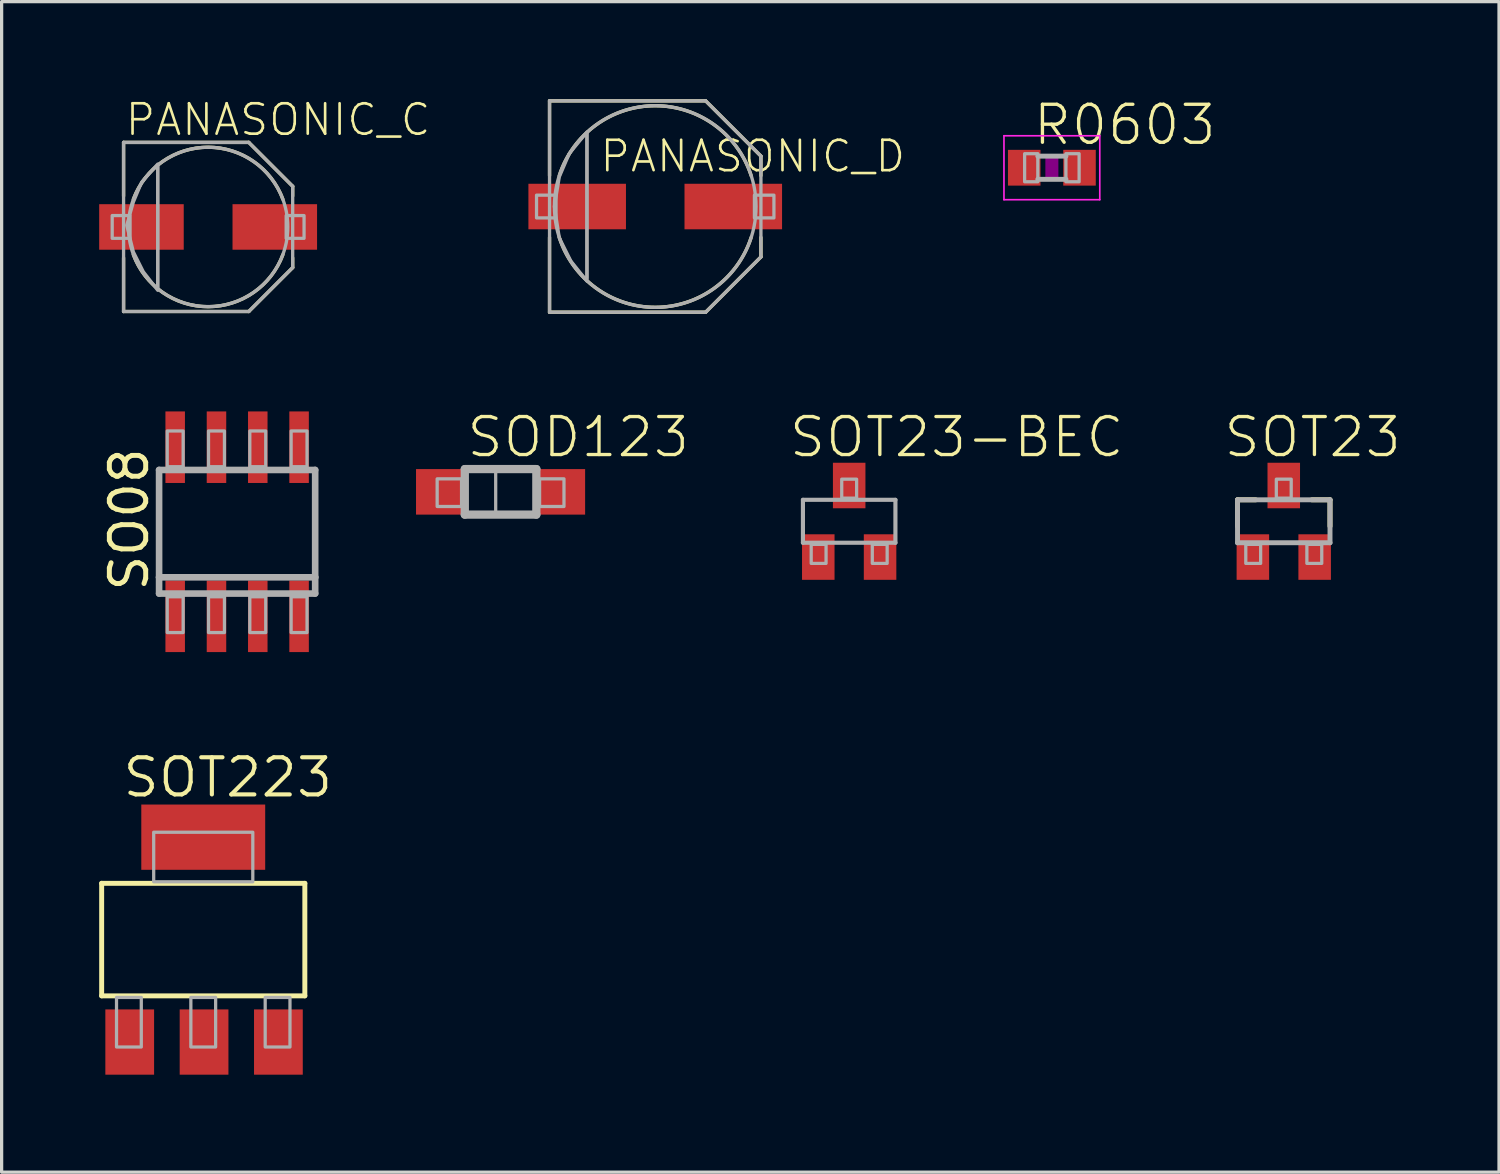
<source format=kicad_pcb>
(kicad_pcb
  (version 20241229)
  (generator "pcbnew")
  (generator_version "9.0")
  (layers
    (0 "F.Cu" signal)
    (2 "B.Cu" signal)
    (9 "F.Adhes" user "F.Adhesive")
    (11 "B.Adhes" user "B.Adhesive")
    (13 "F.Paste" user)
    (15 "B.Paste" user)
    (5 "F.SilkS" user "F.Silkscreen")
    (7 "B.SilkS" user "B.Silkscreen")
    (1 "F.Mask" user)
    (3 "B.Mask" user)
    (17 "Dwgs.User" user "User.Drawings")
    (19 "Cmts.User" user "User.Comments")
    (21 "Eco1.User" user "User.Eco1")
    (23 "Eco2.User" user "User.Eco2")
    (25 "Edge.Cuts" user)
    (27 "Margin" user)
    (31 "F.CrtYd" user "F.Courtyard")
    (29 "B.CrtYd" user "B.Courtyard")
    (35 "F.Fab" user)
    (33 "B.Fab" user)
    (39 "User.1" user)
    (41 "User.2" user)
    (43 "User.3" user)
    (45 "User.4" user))
  (footprint "SOT223"
    (layer "F.Cu")
    (at 3.2 25.844)
    (property "Reference" "SOT223" (at -2.54 -4.318 0) (layer "F.SilkS") (effects (font (size 1.143 1.143) (thickness 0.127)) (justify left bottom)))
    (fp_line (start -3.124 -1.731) (end -3.124 1.729) (stroke (width 0.152) (type solid)) (layer "F.SilkS"))
    (fp_line (start -3.124 -1.731) (end 3.124 -1.731) (stroke (width 0.152) (type solid)) (layer "F.SilkS"))
    (fp_line (start 3.124 1.729) (end -3.124 1.729) (stroke (width 0.152) (type solid)) (layer "F.SilkS"))
    (fp_line (start 3.124 1.729) (end 3.124 -1.731) (stroke (width 0.152) (type solid)) (layer "F.SilkS"))
    (fp_poly (pts (xy -2.667 3.302) (xy -1.905 3.302) (xy -1.905 1.778) (xy -2.667 1.778)) (stroke (width 0.1) (type solid)) (fill no) (layer "F.Fab"))
    (fp_poly (pts (xy -1.524 -1.778) (xy 1.524 -1.778) (xy 1.524 -3.302) (xy -1.524 -3.302)) (stroke (width 0.1) (type solid)) (fill no) (layer "F.Fab"))
    (fp_poly (pts (xy -0.381 3.302) (xy 0.381 3.302) (xy 0.381 1.778) (xy -0.381 1.778)) (stroke (width 0.1) (type solid)) (fill no) (layer "F.Fab"))
    (fp_poly (pts (xy 1.905 3.302) (xy 2.667 3.302) (xy 2.667 1.778) (xy 1.905 1.778)) (stroke (width 0.1) (type solid)) (fill no) (layer "F.Fab"))
    (pad "1" smd rect (at -2.261 3.15) (size 1.499 2.007) (layers "F.Cu" "F.Mask" "F.Paste"))
    (pad "2" smd rect (at 0.025 3.15) (size 1.499 2.007) (layers "F.Cu" "F.Mask" "F.Paste"))
    (pad "3" smd rect (at 2.311 3.15) (size 1.499 2.007) (layers "F.Cu" "F.Mask" "F.Paste"))
    (pad "4" smd rect (at 0 -3.15) (size 3.81 2.007) (layers "F.Cu" "F.Mask" "F.Paste")))
  (footprint "SOD123"
    (layer "F.Cu")
    (at 12.343 12.075)
    (property "Reference" "SOD123" (at -1.1 -1 0) (layer "F.SilkS") (effects (font (size 1.168 1.168) (thickness 0.102)) (justify left bottom)))
    (fp_line (start -1.1 -0.7) (end 1.1 -0.7) (stroke (width 0.254) (type solid)) (layer "F.Fab"))
    (fp_line (start -1.1 0.7) (end -1.1 -0.7) (stroke (width 0.254) (type solid)) (layer "F.Fab"))
    (fp_line (start 1.1 -0.7) (end 1.1 0.7) (stroke (width 0.254) (type solid)) (layer "F.Fab"))
    (fp_line (start 1.1 0.7) (end -1.1 0.7) (stroke (width 0.254) (type solid)) (layer "F.Fab"))
    (fp_poly (pts (xy -1.95 0.45) (xy -1.2 0.45) (xy -1.2 -0.4) (xy -1.95 -0.4)) (stroke (width 0.1) (type solid)) (fill no) (layer "F.Fab"))
    (fp_poly (pts (xy -1.05 0.65) (xy -0.15 0.65) (xy -0.15 -0.7) (xy -1.05 -0.7)) (stroke (width 0.1) (type solid)) (fill no) (layer "F.Fab"))
    (fp_poly (pts (xy 1.2 0.45) (xy 1.95 0.45) (xy 1.95 -0.4) (xy 1.2 -0.4)) (stroke (width 0.1) (type solid)) (fill no) (layer "F.Fab"))
    (pad "A" smd rect (at 1.9 0) (size 1.4 1.4) (layers "F.Cu" "F.Mask" "F.Paste"))
    (pad "C" smd rect (at -1.9 0) (size 1.4 1.4) (layers "F.Cu" "F.Mask" "F.Paste")))
  (footprint "R0603"
    (layer "F.Cu")
    (at 29.296 2.108)
    (property "Reference" "R0603" (at -0.635 -0.635 0) (layer "F.SilkS") (effects (font (size 1.168 1.168) (thickness 0.102)) (justify left bottom)))
    (fp_poly (pts (xy -0.2 0.4) (xy 0.2 0.4) (xy 0.2 -0.4) (xy -0.2 -0.4)) (stroke (width 0) (type solid)) (fill yes) (layer "F.Adhes"))
    (fp_line (start -1.473 -0.983) (end 1.473 -0.983) (stroke (width 0.051) (type solid)) (layer "F.CrtYd"))
    (fp_line (start -1.473 0.983) (end -1.473 -0.983) (stroke (width 0.051) (type solid)) (layer "F.CrtYd"))
    (fp_line (start 1.473 -0.983) (end 1.473 0.983) (stroke (width 0.051) (type solid)) (layer "F.CrtYd"))
    (fp_line (start 1.473 0.983) (end -1.473 0.983) (stroke (width 0.051) (type solid)) (layer "F.CrtYd"))
    (fp_line (start -0.432 0.356) (end 0.432 0.356) (stroke (width 0.152) (type solid)) (layer "F.Fab"))
    (fp_line (start 0.432 -0.356) (end -0.432 -0.356) (stroke (width 0.152) (type solid)) (layer "F.Fab"))
    (fp_poly (pts (xy -0.838 0.432) (xy -0.432 0.432) (xy -0.432 -0.432) (xy -0.838 -0.432)) (stroke (width 0.1) (type solid)) (fill no) (layer "F.Fab"))
    (fp_poly (pts (xy 0.432 0.432) (xy 0.838 0.432) (xy 0.838 -0.432) (xy 0.432 -0.432)) (stroke (width 0.1) (type solid)) (fill no) (layer "F.Fab"))
    (pad "1" smd rect (at -0.85 0) (size 1 1.1) (layers "F.Cu" "F.Mask" "F.Paste"))
    (pad "2" smd rect (at 0.85 0) (size 1 1.1) (layers "F.Cu" "F.Mask" "F.Paste")))
  (footprint "PANASONIC_D"
    (layer "F.Cu")
    (at 17.099 3.301)
    (property "Reference" "PANASONIC_D" (at -1.75 -1 0) (layer "F.SilkS") (effects (font (size 0.935 0.935) (thickness 0.081)) (justify left bottom)))
    (fp_line (start -3.25 -3.25) (end 1.55 -3.25) (stroke (width 0.102) (type solid)) (layer "F.SilkS"))
    (fp_line (start -3.25 -0.95) (end -3.25 -3.25) (stroke (width 0.102) (type solid)) (layer "F.SilkS"))
    (fp_line (start -3.25 3.25) (end -3.25 0.95) (stroke (width 0.102) (type solid)) (layer "F.SilkS"))
    (fp_line (start 1.55 -3.25) (end 3.25 -1.55) (stroke (width 0.102) (type solid)) (layer "F.SilkS"))
    (fp_line (start 1.55 3.25) (end -3.25 3.25) (stroke (width 0.102) (type solid)) (layer "F.SilkS"))
    (fp_line (start 3.25 -1.55) (end 3.25 -0.95) (stroke (width 0.102) (type solid)) (layer "F.SilkS"))
    (fp_line (start 3.25 0.95) (end 3.25 1.55) (stroke (width 0.102) (type solid)) (layer "F.SilkS"))
    (fp_line (start 3.25 1.55) (end 1.55 3.25) (stroke (width 0.102) (type solid)) (layer "F.SilkS"))
    (fp_arc (start -2.95 -0.95) (mid 0 -3.099193) (end 2.95 -0.95) (stroke (width 0.1016) (type solid)) (layer "F.SilkS"))
    (fp_arc (start 2.95 0.95) (mid 0 3.099193) (end -2.95 0.95) (stroke (width 0.1016) (type solid)) (layer "F.SilkS"))
    (fp_line (start -3.25 -3.25) (end 1.55 -3.25) (stroke (width 0.102) (type solid)) (layer "F.Fab"))
    (fp_line (start -3.25 3.25) (end -3.25 -3.25) (stroke (width 0.102) (type solid)) (layer "F.Fab"))
    (fp_line (start -2.1 -2.25) (end -2.1 2.2) (stroke (width 0.102) (type solid)) (layer "F.Fab"))
    (fp_line (start 1.55 -3.25) (end 3.25 -1.55) (stroke (width 0.102) (type solid)) (layer "F.Fab"))
    (fp_line (start 1.55 3.25) (end -3.25 3.25) (stroke (width 0.102) (type solid)) (layer "F.Fab"))
    (fp_line (start 3.25 -1.55) (end 3.25 1.55) (stroke (width 0.102) (type solid)) (layer "F.Fab"))
    (fp_line (start 3.25 1.55) (end 1.55 3.25) (stroke (width 0.102) (type solid)) (layer "F.Fab"))
    (fp_circle (center 0 0) (end 3.1 0) (stroke (width 0.102) (type solid)) (fill no) (layer "F.Fab"))
    (fp_poly (pts (xy -3.65 0.35) (xy -3.05 0.35) (xy -3.05 -0.35) (xy -3.65 -0.35)) (stroke (width 0.1) (type solid)) (fill no) (layer "F.Fab"))
    (fp_poly (pts (xy 3.05 0.35) (xy 3.65 0.35) (xy 3.65 -0.35) (xy 3.05 -0.35)) (stroke (width 0.1) (type solid)) (fill no) (layer "F.Fab"))
    (fp_poly (pts (xy -2.099 2.295) (xy -2.593 1.678) (xy -2.949 0.966) (xy -3.101 -0.00022) (xy -2.949 -0.914) (xy -2.644 -1.627) (xy -2.099 -2.292)) (stroke (width 0.1) (type solid)) (fill no) (layer "F.Fab"))
    (pad "+" smd rect (at 2.4 0) (size 3 1.4) (layers "F.Cu" "F.Mask" "F.Paste"))
    (pad "-" smd rect (at -2.4 0) (size 3 1.4) (layers "F.Cu" "F.Mask" "F.Paste")))
  (footprint "SO08"
    (layer "F.Cu")
    (at 4.242 13.302)
    (property "Reference" "SO08" (at -2.667 1.905 90) (layer "F.SilkS") (effects (font (size 1.118 1.118) (thickness 0.152)) (justify left bottom)))
    (fp_line (start -2.4 -1.9) (end 2.4 -1.9) (stroke (width 0.203) (type solid)) (layer "F.Fab"))
    (fp_line (start -2.4 1.4) (end -2.4 -1.9) (stroke (width 0.203) (type solid)) (layer "F.Fab"))
    (fp_line (start -2.4 1.9) (end -2.4 1.4) (stroke (width 0.203) (type solid)) (layer "F.Fab"))
    (fp_line (start 2.4 -1.9) (end 2.4 1.4) (stroke (width 0.203) (type solid)) (layer "F.Fab"))
    (fp_line (start 2.4 1.4) (end -2.4 1.4) (stroke (width 0.203) (type solid)) (layer "F.Fab"))
    (fp_line (start 2.4 1.4) (end 2.4 1.9) (stroke (width 0.203) (type solid)) (layer "F.Fab"))
    (fp_line (start 2.4 1.9) (end -2.4 1.9) (stroke (width 0.203) (type solid)) (layer "F.Fab"))
    (fp_poly (pts (xy -2.15 -2) (xy -1.66 -2) (xy -1.66 -3.1) (xy -2.15 -3.1)) (stroke (width 0.1) (type solid)) (fill no) (layer "F.Fab"))
    (fp_poly (pts (xy -2.15 3.1) (xy -1.66 3.1) (xy -1.66 2) (xy -2.15 2)) (stroke (width 0.1) (type solid)) (fill no) (layer "F.Fab"))
    (fp_poly (pts (xy -0.88 -2) (xy -0.39 -2) (xy -0.39 -3.1) (xy -0.88 -3.1)) (stroke (width 0.1) (type solid)) (fill no) (layer "F.Fab"))
    (fp_poly (pts (xy -0.88 3.1) (xy -0.39 3.1) (xy -0.39 2) (xy -0.88 2)) (stroke (width 0.1) (type solid)) (fill no) (layer "F.Fab"))
    (fp_poly (pts (xy 0.39 -2) (xy 0.88 -2) (xy 0.88 -3.1) (xy 0.39 -3.1)) (stroke (width 0.1) (type solid)) (fill no) (layer "F.Fab"))
    (fp_poly (pts (xy 0.39 3.1) (xy 0.88 3.1) (xy 0.88 2) (xy 0.39 2)) (stroke (width 0.1) (type solid)) (fill no) (layer "F.Fab"))
    (fp_poly (pts (xy 1.66 -2) (xy 2.15 -2) (xy 2.15 -3.1) (xy 1.66 -3.1)) (stroke (width 0.1) (type solid)) (fill no) (layer "F.Fab"))
    (fp_poly (pts (xy 1.66 3.1) (xy 2.15 3.1) (xy 2.15 2) (xy 1.66 2)) (stroke (width 0.1) (type solid)) (fill no) (layer "F.Fab"))
    (pad "1" smd rect (at -1.905 2.6) (size 0.6 2.2) (layers "F.Cu" "F.Mask" "F.Paste"))
    (pad "2" smd rect (at -0.635 2.6) (size 0.6 2.2) (layers "F.Cu" "F.Mask" "F.Paste"))
    (pad "3" smd rect (at 0.635 2.6) (size 0.6 2.2) (layers "F.Cu" "F.Mask" "F.Paste"))
    (pad "4" smd rect (at 1.905 2.6) (size 0.6 2.2) (layers "F.Cu" "F.Mask" "F.Paste"))
    (pad "5" smd rect (at 1.905 -2.6) (size 0.6 2.2) (layers "F.Cu" "F.Mask" "F.Paste"))
    (pad "6" smd rect (at 0.635 -2.6) (size 0.6 2.2) (layers "F.Cu" "F.Mask" "F.Paste"))
    (pad "7" smd rect (at -0.635 -2.6) (size 0.6 2.2) (layers "F.Cu" "F.Mask" "F.Paste"))
    (pad "8" smd rect (at -1.905 -2.6) (size 0.6 2.2) (layers "F.Cu" "F.Mask" "F.Paste")))
  (footprint "SOT23-BEC"
    (layer "F.Cu")
    (at 23.063 12.98)
    (property "Reference" "SOT23-BEC" (at -1.905 -1.905 0) (layer "F.SilkS") (effects (font (size 1.168 1.168) (thickness 0.102)) (justify left bottom)))
    (fp_line (start -1.422 -0.66) (end 1.422 -0.66) (stroke (width 0.127) (type solid)) (layer "F.Fab"))
    (fp_line (start -1.422 0.66) (end -1.422 -0.66) (stroke (width 0.127) (type solid)) (layer "F.Fab"))
    (fp_line (start 1.422 -0.66) (end 1.422 0.66) (stroke (width 0.127) (type solid)) (layer "F.Fab"))
    (fp_line (start 1.422 0.66) (end -1.422 0.66) (stroke (width 0.127) (type solid)) (layer "F.Fab"))
    (fp_poly (pts (xy -1.168 1.295) (xy -0.711 1.295) (xy -0.711 0.711) (xy -1.168 0.711)) (stroke (width 0.1) (type solid)) (fill no) (layer "F.Fab"))
    (fp_poly (pts (xy -0.229 -0.711) (xy 0.229 -0.711) (xy 0.229 -1.295) (xy -0.229 -1.295)) (stroke (width 0.1) (type solid)) (fill no) (layer "F.Fab"))
    (fp_poly (pts (xy 0.711 1.295) (xy 1.168 1.295) (xy 1.168 0.711) (xy 0.711 0.711)) (stroke (width 0.1) (type solid)) (fill no) (layer "F.Fab"))
    (pad "B" smd rect (at -0.95 1.1) (size 1 1.4) (layers "F.Cu" "F.Mask" "F.Paste"))
    (pad "C" smd rect (at 0 -1.1) (size 1 1.4) (layers "F.Cu" "F.Mask" "F.Paste"))
    (pad "E" smd rect (at 0.95 1.1) (size 1 1.4) (layers "F.Cu" "F.Mask" "F.Paste")))
  (footprint "PANASONIC_C"
    (layer "F.Cu")
    (at 3.35 3.929)
    (property "Reference" "PANASONIC_C" (at -2.6 -2.75 0) (layer "F.SilkS") (effects (font (size 0.935 0.935) (thickness 0.081)) (justify left bottom)))
    (fp_line (start -2.6 -2.6) (end 1.25 -2.6) (stroke (width 0.102) (type solid)) (layer "F.SilkS"))
    (fp_line (start -2.6 -0.95) (end -2.6 -2.6) (stroke (width 0.102) (type solid)) (layer "F.SilkS"))
    (fp_line (start -2.6 2.6) (end -2.6 0.95) (stroke (width 0.102) (type solid)) (layer "F.SilkS"))
    (fp_line (start 1.25 -2.6) (end 2.6 -1.25) (stroke (width 0.102) (type solid)) (layer "F.SilkS"))
    (fp_line (start 1.25 2.6) (end -2.6 2.6) (stroke (width 0.102) (type solid)) (layer "F.SilkS"))
    (fp_line (start 2.6 -1.25) (end 2.6 -0.95) (stroke (width 0.102) (type solid)) (layer "F.SilkS"))
    (fp_line (start 2.6 0.95) (end 2.6 1.25) (stroke (width 0.102) (type solid)) (layer "F.SilkS"))
    (fp_line (start 2.6 1.25) (end 1.25 2.6) (stroke (width 0.102) (type solid)) (layer "F.SilkS"))
    (fp_arc (start -2.3 -0.85) (mid 0 -2.45204) (end 2.3 -0.85) (stroke (width 0.1016) (type solid)) (layer "F.SilkS"))
    (fp_arc (start 2.3 0.85) (mid 0 2.45204) (end -2.3 0.85) (stroke (width 0.1016) (type solid)) (layer "F.SilkS"))
    (fp_line (start -2.6 -2.6) (end 1.25 -2.6) (stroke (width 0.102) (type solid)) (layer "F.Fab"))
    (fp_line (start -2.6 2.6) (end -2.6 -2.6) (stroke (width 0.102) (type solid)) (layer "F.Fab"))
    (fp_line (start -1.55 -1.85) (end -1.55 1.85) (stroke (width 0.102) (type solid)) (layer "F.Fab"))
    (fp_line (start 1.25 -2.6) (end 2.6 -1.25) (stroke (width 0.102) (type solid)) (layer "F.Fab"))
    (fp_line (start 1.25 2.6) (end -2.6 2.6) (stroke (width 0.102) (type solid)) (layer "F.Fab"))
    (fp_line (start 2.6 -1.25) (end 2.6 1.25) (stroke (width 0.102) (type solid)) (layer "F.Fab"))
    (fp_line (start 2.6 1.25) (end 1.25 2.6) (stroke (width 0.102) (type solid)) (layer "F.Fab"))
    (fp_circle (center 0 0) (end 2.45 0) (stroke (width 0.102) (type solid)) (fill no) (layer "F.Fab"))
    (fp_poly (pts (xy -2.95 0.35) (xy -2.4 0.35) (xy -2.4 -0.35) (xy -2.95 -0.35)) (stroke (width 0.1) (type solid)) (fill no) (layer "F.Fab"))
    (fp_poly (pts (xy 2.4 0.35) (xy 2.95 0.35) (xy 2.95 -0.35) (xy 2.4 -0.35)) (stroke (width 0.1) (type solid)) (fill no) (layer "F.Fab"))
    (fp_poly (pts (xy -1.549 1.948) (xy -1.993 1.377) (xy -2.298 0.768) (xy -2.503 -0.051) (xy -2.298 -0.767) (xy -2.044 -1.377) (xy -1.549 -1.934)) (stroke (width 0.1) (type solid)) (fill no) (layer "F.Fab"))
    (pad "+" smd rect (at 2.05 0) (size 2.6 1.4) (layers "F.Cu" "F.Mask" "F.Paste"))
    (pad "-" smd rect (at -2.05 0) (size 2.6 1.4) (layers "F.Cu" "F.Mask" "F.Paste")))
  (footprint "SOT23"
    (layer "F.Cu")
    (at 36.427 12.98)
    (property "Reference" "SOT23" (at -1.905 -1.905 0) (layer "F.SilkS") (effects (font (size 1.168 1.168) (thickness 0.102)) (justify left bottom)))
    (fp_line (start -1.422 -0.66) (end -0.864 -0.66) (stroke (width 0.152) (type solid)) (layer "F.SilkS"))
    (fp_line (start -1.422 0.152) (end -1.422 -0.66) (stroke (width 0.152) (type solid)) (layer "F.SilkS"))
    (fp_line (start 0.864 -0.66) (end 1.422 -0.66) (stroke (width 0.152) (type solid)) (layer "F.SilkS"))
    (fp_line (start 1.422 -0.66) (end 1.422 0.152) (stroke (width 0.152) (type solid)) (layer "F.SilkS"))
    (fp_line (start -1.422 -0.66) (end 1.422 -0.66) (stroke (width 0.152) (type solid)) (layer "F.Fab"))
    (fp_line (start -1.422 0.66) (end -1.422 -0.66) (stroke (width 0.152) (type solid)) (layer "F.Fab"))
    (fp_line (start 1.422 -0.66) (end 1.422 0.66) (stroke (width 0.152) (type solid)) (layer "F.Fab"))
    (fp_line (start 1.422 0.66) (end -1.422 0.66) (stroke (width 0.152) (type solid)) (layer "F.Fab"))
    (fp_poly (pts (xy -1.168 1.295) (xy -0.711 1.295) (xy -0.711 0.711) (xy -1.168 0.711)) (stroke (width 0.1) (type solid)) (fill no) (layer "F.Fab"))
    (fp_poly (pts (xy -0.229 -0.711) (xy 0.229 -0.711) (xy 0.229 -1.295) (xy -0.229 -1.295)) (stroke (width 0.1) (type solid)) (fill no) (layer "F.Fab"))
    (fp_poly (pts (xy 0.711 1.295) (xy 1.168 1.295) (xy 1.168 0.711) (xy 0.711 0.711)) (stroke (width 0.1) (type solid)) (fill no) (layer "F.Fab"))
    (pad "1" smd rect (at -0.95 1.1) (size 1 1.4) (layers "F.Cu" "F.Mask" "F.Paste"))
    (pad "2" smd rect (at 0.95 1.1) (size 1 1.4) (layers "F.Cu" "F.Mask" "F.Paste"))
    (pad "3" smd rect (at 0 -1.1) (size 1 1.4) (layers "F.Cu" "F.Mask" "F.Paste")))
  (gr_rect
    (start -3 -3)
    (end 43.046 32.996)
    (stroke (width 0.1) (type default))
    (fill no)
    (layer "Edge.Cuts")))
</source>
